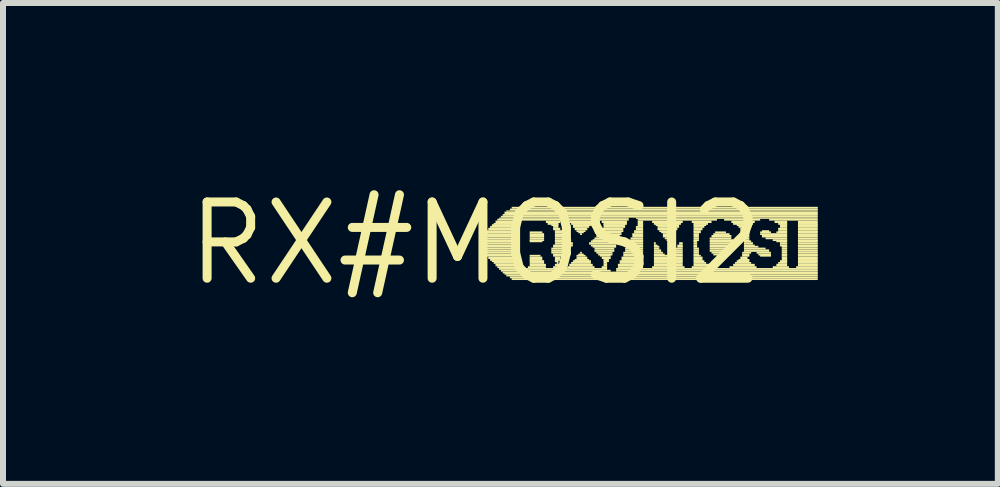
<source format=kicad_pcb>
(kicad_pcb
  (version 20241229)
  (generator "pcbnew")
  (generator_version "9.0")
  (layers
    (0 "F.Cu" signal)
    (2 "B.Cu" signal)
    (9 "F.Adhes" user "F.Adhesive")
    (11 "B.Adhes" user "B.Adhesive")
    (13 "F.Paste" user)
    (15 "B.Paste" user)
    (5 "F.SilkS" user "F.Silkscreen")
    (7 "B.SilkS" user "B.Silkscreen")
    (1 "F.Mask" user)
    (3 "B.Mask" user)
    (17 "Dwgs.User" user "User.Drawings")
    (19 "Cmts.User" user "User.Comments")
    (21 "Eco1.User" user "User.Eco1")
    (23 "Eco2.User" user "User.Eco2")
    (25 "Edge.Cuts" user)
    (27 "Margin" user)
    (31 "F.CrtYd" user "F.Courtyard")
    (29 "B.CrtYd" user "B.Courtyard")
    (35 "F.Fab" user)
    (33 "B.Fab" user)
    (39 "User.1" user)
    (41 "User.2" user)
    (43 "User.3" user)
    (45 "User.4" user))
  (footprint "RX#MOSI2"
    (layer "F.Cu")
    (at 4.876 1.006)
    (property "Reference" "RX#MOSI2" (at 0 0 0) (layer "F.SilkS") (effects (font (size 1.27 1.27) (thickness 0.15))))
    (fp_poly (pts (xy 0.09 -0.07) (xy 0.72 -0.07) (xy 0.72 -0.1) (xy 0.09 -0.1)) (stroke (width 0) (type solid)) (fill yes) (layer "F.SilkS"))
    (fp_poly (pts (xy 0.09 -0.04) (xy 0.72 -0.04) (xy 0.72 -0.07) (xy 0.09 -0.07)) (stroke (width 0) (type solid)) (fill yes) (layer "F.SilkS"))
    (fp_poly (pts (xy 0.09 -0.02) (xy 0.72 -0.02) (xy 0.72 -0.05) (xy 0.09 -0.05)) (stroke (width 0) (type solid)) (fill yes) (layer "F.SilkS"))
    (fp_poly (pts (xy 0.09 0.02) (xy 0.72 0.02) (xy 0.72 -0.02) (xy 0.09 -0.02)) (stroke (width 0) (type solid)) (fill yes) (layer "F.SilkS"))
    (fp_poly (pts (xy 0.09 0.05) (xy 0.72 0.05) (xy 0.72 0.02) (xy 0.09 0.02)) (stroke (width 0) (type solid)) (fill yes) (layer "F.SilkS"))
    (fp_poly (pts (xy 0.09 0.07) (xy 0.72 0.07) (xy 0.72 0.04) (xy 0.09 0.04)) (stroke (width 0) (type solid)) (fill yes) (layer "F.SilkS"))
    (fp_poly (pts (xy 0.09 0.1) (xy 0.72 0.1) (xy 0.72 0.07) (xy 0.09 0.07)) (stroke (width 0) (type solid)) (fill yes) (layer "F.SilkS"))
    (fp_poly (pts (xy 0.12 -0.1) (xy 0.72 -0.1) (xy 0.72 -0.14) (xy 0.12 -0.14)) (stroke (width 0) (type solid)) (fill yes) (layer "F.SilkS"))
    (fp_poly (pts (xy 0.12 0.14) (xy 0.72 0.14) (xy 0.72 0.1) (xy 0.12 0.1)) (stroke (width 0) (type solid)) (fill yes) (layer "F.SilkS"))
    (fp_poly (pts (xy 0.15 -0.17) (xy 0.72 -0.17) (xy 0.72 -0.2) (xy 0.15 -0.2)) (stroke (width 0) (type solid)) (fill yes) (layer "F.SilkS"))
    (fp_poly (pts (xy 0.15 -0.14) (xy 0.72 -0.14) (xy 0.72 -0.17) (xy 0.15 -0.17)) (stroke (width 0) (type solid)) (fill yes) (layer "F.SilkS"))
    (fp_poly (pts (xy 0.15 0.17) (xy 0.72 0.17) (xy 0.72 0.14) (xy 0.15 0.14)) (stroke (width 0) (type solid)) (fill yes) (layer "F.SilkS"))
    (fp_poly (pts (xy 0.15 0.2) (xy 0.72 0.2) (xy 0.72 0.17) (xy 0.15 0.17)) (stroke (width 0) (type solid)) (fill yes) (layer "F.SilkS"))
    (fp_poly (pts (xy 0.18 -0.19) (xy 0.72 -0.19) (xy 0.72 -0.22) (xy 0.18 -0.22)) (stroke (width 0) (type solid)) (fill yes) (layer "F.SilkS"))
    (fp_poly (pts (xy 0.18 0.22) (xy 0.72 0.22) (xy 0.72 0.19) (xy 0.18 0.19)) (stroke (width 0) (type solid)) (fill yes) (layer "F.SilkS"))
    (fp_poly (pts (xy 0.21 -0.22) (xy 0.72 -0.22) (xy 0.72 -0.26) (xy 0.21 -0.26)) (stroke (width 0) (type solid)) (fill yes) (layer "F.SilkS"))
    (fp_poly (pts (xy 0.21 0.26) (xy 0.72 0.26) (xy 0.72 0.22) (xy 0.21 0.22)) (stroke (width 0) (type solid)) (fill yes) (layer "F.SilkS"))
    (fp_poly (pts (xy 0.24 -0.26) (xy 0.72 -0.26) (xy 0.72 -0.29) (xy 0.24 -0.29)) (stroke (width 0) (type solid)) (fill yes) (layer "F.SilkS"))
    (fp_poly (pts (xy 0.24 0.29) (xy 0.72 0.29) (xy 0.72 0.26) (xy 0.24 0.26)) (stroke (width 0) (type solid)) (fill yes) (layer "F.SilkS"))
    (fp_poly (pts (xy 0.27 -0.29) (xy 0.72 -0.29) (xy 0.72 -0.32) (xy 0.27 -0.32)) (stroke (width 0) (type solid)) (fill yes) (layer "F.SilkS"))
    (fp_poly (pts (xy 0.27 0.31) (xy 0.72 0.31) (xy 0.72 0.28) (xy 0.27 0.28)) (stroke (width 0) (type solid)) (fill yes) (layer "F.SilkS"))
    (fp_poly (pts (xy 0.3 -0.31) (xy 0.72 -0.31) (xy 0.72 -0.34) (xy 0.3 -0.34)) (stroke (width 0) (type solid)) (fill yes) (layer "F.SilkS"))
    (fp_poly (pts (xy 0.3 0.34) (xy 0.72 0.34) (xy 0.72 0.31) (xy 0.3 0.31)) (stroke (width 0) (type solid)) (fill yes) (layer "F.SilkS"))
    (fp_poly (pts (xy 0.33 -0.34) (xy 0.72 -0.34) (xy 0.72 -0.38) (xy 0.33 -0.38)) (stroke (width 0) (type solid)) (fill yes) (layer "F.SilkS"))
    (fp_poly (pts (xy 0.33 0.38) (xy 0.72 0.38) (xy 0.72 0.34) (xy 0.33 0.34)) (stroke (width 0) (type solid)) (fill yes) (layer "F.SilkS"))
    (fp_poly (pts (xy 0.36 -0.38) (xy 1.44 -0.38) (xy 1.44 -0.41) (xy 0.36 -0.41)) (stroke (width 0) (type solid)) (fill yes) (layer "F.SilkS"))
    (fp_poly (pts (xy 0.36 0.41) (xy 0.75 0.41) (xy 0.75 0.38) (xy 0.36 0.38)) (stroke (width 0) (type solid)) (fill yes) (layer "F.SilkS"))
    (fp_poly (pts (xy 0.39 -0.41) (xy 2.55 -0.41) (xy 2.55 -0.43) (xy 0.39 -0.43)) (stroke (width 0) (type solid)) (fill yes) (layer "F.SilkS"))
    (fp_poly (pts (xy 0.39 0.44) (xy 2.19 0.44) (xy 2.19 0.41) (xy 0.39 0.41)) (stroke (width 0) (type solid)) (fill yes) (layer "F.SilkS"))
    (fp_poly (pts (xy 0.42 -0.43) (xy 5.7 -0.43) (xy 5.7 -0.46) (xy 0.42 -0.46)) (stroke (width 0) (type solid)) (fill yes) (layer "F.SilkS"))
    (fp_poly (pts (xy 0.42 0.47) (xy 2.25 0.47) (xy 2.25 0.44) (xy 0.42 0.44)) (stroke (width 0) (type solid)) (fill yes) (layer "F.SilkS"))
    (fp_poly (pts (xy 0.45 -0.46) (xy 5.7 -0.46) (xy 5.7 -0.49) (xy 0.45 -0.49)) (stroke (width 0) (type solid)) (fill yes) (layer "F.SilkS"))
    (fp_poly (pts (xy 0.45 0.5) (xy 5.7 0.5) (xy 5.7 0.47) (xy 0.45 0.47)) (stroke (width 0) (type solid)) (fill yes) (layer "F.SilkS"))
    (fp_poly (pts (xy 0.48 -0.49) (xy 5.7 -0.49) (xy 5.7 -0.53) (xy 0.48 -0.53)) (stroke (width 0) (type solid)) (fill yes) (layer "F.SilkS"))
    (fp_poly (pts (xy 0.48 0.52) (xy 5.7 0.52) (xy 5.7 0.49) (xy 0.48 0.49)) (stroke (width 0) (type solid)) (fill yes) (layer "F.SilkS"))
    (fp_poly (pts (xy 0.51 -0.53) (xy 5.7 -0.53) (xy 5.7 -0.55) (xy 0.51 -0.55)) (stroke (width 0) (type solid)) (fill yes) (layer "F.SilkS"))
    (fp_poly (pts (xy 0.51 0.55) (xy 5.7 0.55) (xy 5.7 0.52) (xy 0.51 0.52)) (stroke (width 0) (type solid)) (fill yes) (layer "F.SilkS"))
    (fp_poly (pts (xy 0.57 -0.55) (xy 5.7 -0.55) (xy 5.7 -0.58) (xy 0.57 -0.58)) (stroke (width 0) (type solid)) (fill yes) (layer "F.SilkS"))
    (fp_poly (pts (xy 0.57 0.58) (xy 5.7 0.58) (xy 5.7 0.55) (xy 0.57 0.55)) (stroke (width 0) (type solid)) (fill yes) (layer "F.SilkS"))
    (fp_poly (pts (xy 0.6 -0.58) (xy 5.7 -0.58) (xy 5.7 -0.61) (xy 0.6 -0.61)) (stroke (width 0) (type solid)) (fill yes) (layer "F.SilkS"))
    (fp_poly (pts (xy 0.6 0.61) (xy 5.7 0.61) (xy 5.7 0.58) (xy 0.6 0.58)) (stroke (width 0) (type solid)) (fill yes) (layer "F.SilkS"))
    (fp_poly (pts (xy 0.87 0.41) (xy 1.17 0.41) (xy 1.17 0.38) (xy 0.87 0.38)) (stroke (width 0) (type solid)) (fill yes) (layer "F.SilkS"))
    (fp_poly (pts (xy 0.9 -0.17) (xy 1.11 -0.17) (xy 1.11 -0.2) (xy 0.9 -0.2)) (stroke (width 0) (type solid)) (fill yes) (layer "F.SilkS"))
    (fp_poly (pts (xy 0.9 -0.14) (xy 1.14 -0.14) (xy 1.14 -0.17) (xy 0.9 -0.17)) (stroke (width 0) (type solid)) (fill yes) (layer "F.SilkS"))
    (fp_poly (pts (xy 0.9 -0.1) (xy 1.14 -0.1) (xy 1.14 -0.14) (xy 0.9 -0.14)) (stroke (width 0) (type solid)) (fill yes) (layer "F.SilkS"))
    (fp_poly (pts (xy 0.9 -0.07) (xy 1.14 -0.07) (xy 1.14 -0.1) (xy 0.9 -0.1)) (stroke (width 0) (type solid)) (fill yes) (layer "F.SilkS"))
    (fp_poly (pts (xy 0.9 -0.04) (xy 1.14 -0.04) (xy 1.14 -0.07) (xy 0.9 -0.07)) (stroke (width 0) (type solid)) (fill yes) (layer "F.SilkS"))
    (fp_poly (pts (xy 0.9 -0.02) (xy 1.11 -0.02) (xy 1.11 -0.05) (xy 0.9 -0.05)) (stroke (width 0) (type solid)) (fill yes) (layer "F.SilkS"))
    (fp_poly (pts (xy 0.9 0.22) (xy 1.08 0.22) (xy 1.08 0.19) (xy 0.9 0.19)) (stroke (width 0) (type solid)) (fill yes) (layer "F.SilkS"))
    (fp_poly (pts (xy 0.9 0.26) (xy 1.11 0.26) (xy 1.11 0.22) (xy 0.9 0.22)) (stroke (width 0) (type solid)) (fill yes) (layer "F.SilkS"))
    (fp_poly (pts (xy 0.9 0.29) (xy 1.11 0.29) (xy 1.11 0.26) (xy 0.9 0.26)) (stroke (width 0) (type solid)) (fill yes) (layer "F.SilkS"))
    (fp_poly (pts (xy 0.9 0.31) (xy 1.14 0.31) (xy 1.14 0.28) (xy 0.9 0.28)) (stroke (width 0) (type solid)) (fill yes) (layer "F.SilkS"))
    (fp_poly (pts (xy 0.9 0.34) (xy 1.14 0.34) (xy 1.14 0.31) (xy 0.9 0.31)) (stroke (width 0) (type solid)) (fill yes) (layer "F.SilkS"))
    (fp_poly (pts (xy 0.9 0.38) (xy 1.17 0.38) (xy 1.17 0.34) (xy 0.9 0.34)) (stroke (width 0) (type solid)) (fill yes) (layer "F.SilkS"))
    (fp_poly (pts (xy 1.17 -0.34) (xy 1.41 -0.34) (xy 1.41 -0.38) (xy 1.17 -0.38)) (stroke (width 0) (type solid)) (fill yes) (layer "F.SilkS"))
    (fp_poly (pts (xy 1.2 -0.31) (xy 1.38 -0.31) (xy 1.38 -0.34) (xy 1.2 -0.34)) (stroke (width 0) (type solid)) (fill yes) (layer "F.SilkS"))
    (fp_poly (pts (xy 1.26 -0.29) (xy 1.38 -0.29) (xy 1.38 -0.32) (xy 1.26 -0.32)) (stroke (width 0) (type solid)) (fill yes) (layer "F.SilkS"))
    (fp_poly (pts (xy 1.26 0.1) (xy 1.56 0.1) (xy 1.56 0.07) (xy 1.26 0.07)) (stroke (width 0) (type solid)) (fill yes) (layer "F.SilkS"))
    (fp_poly (pts (xy 1.26 0.14) (xy 1.53 0.14) (xy 1.53 0.1) (xy 1.26 0.1)) (stroke (width 0) (type solid)) (fill yes) (layer "F.SilkS"))
    (fp_poly (pts (xy 1.26 0.17) (xy 1.5 0.17) (xy 1.5 0.14) (xy 1.26 0.14)) (stroke (width 0) (type solid)) (fill yes) (layer "F.SilkS"))
    (fp_poly (pts (xy 1.29 -0.26) (xy 1.38 -0.26) (xy 1.38 -0.29) (xy 1.29 -0.29)) (stroke (width 0) (type solid)) (fill yes) (layer "F.SilkS"))
    (fp_poly (pts (xy 1.29 -0.22) (xy 1.41 -0.22) (xy 1.41 -0.26) (xy 1.29 -0.26)) (stroke (width 0) (type solid)) (fill yes) (layer "F.SilkS"))
    (fp_poly (pts (xy 1.29 0.05) (xy 1.62 0.05) (xy 1.62 0.02) (xy 1.29 0.02)) (stroke (width 0) (type solid)) (fill yes) (layer "F.SilkS"))
    (fp_poly (pts (xy 1.29 0.07) (xy 1.59 0.07) (xy 1.59 0.04) (xy 1.29 0.04)) (stroke (width 0) (type solid)) (fill yes) (layer "F.SilkS"))
    (fp_poly (pts (xy 1.29 0.2) (xy 1.47 0.2) (xy 1.47 0.17) (xy 1.29 0.17)) (stroke (width 0) (type solid)) (fill yes) (layer "F.SilkS"))
    (fp_poly (pts (xy 1.29 0.22) (xy 1.44 0.22) (xy 1.44 0.19) (xy 1.29 0.19)) (stroke (width 0) (type solid)) (fill yes) (layer "F.SilkS"))
    (fp_poly (pts (xy 1.29 0.41) (xy 1.44 0.41) (xy 1.44 0.38) (xy 1.29 0.38)) (stroke (width 0) (type solid)) (fill yes) (layer "F.SilkS"))
    (fp_poly (pts (xy 1.32 -0.19) (xy 1.44 -0.19) (xy 1.44 -0.22) (xy 1.32 -0.22)) (stroke (width 0) (type solid)) (fill yes) (layer "F.SilkS"))
    (fp_poly (pts (xy 1.32 -0.17) (xy 1.47 -0.17) (xy 1.47 -0.2) (xy 1.32 -0.2)) (stroke (width 0) (type solid)) (fill yes) (layer "F.SilkS"))
    (fp_poly (pts (xy 1.32 -0.14) (xy 1.5 -0.14) (xy 1.5 -0.17) (xy 1.32 -0.17)) (stroke (width 0) (type solid)) (fill yes) (layer "F.SilkS"))
    (fp_poly (pts (xy 1.32 -0.1) (xy 1.53 -0.1) (xy 1.53 -0.14) (xy 1.32 -0.14)) (stroke (width 0) (type solid)) (fill yes) (layer "F.SilkS"))
    (fp_poly (pts (xy 1.32 -0.07) (xy 1.56 -0.07) (xy 1.56 -0.1) (xy 1.32 -0.1)) (stroke (width 0) (type solid)) (fill yes) (layer "F.SilkS"))
    (fp_poly (pts (xy 1.32 -0.04) (xy 1.59 -0.04) (xy 1.59 -0.07) (xy 1.32 -0.07)) (stroke (width 0) (type solid)) (fill yes) (layer "F.SilkS"))
    (fp_poly (pts (xy 1.32 -0.02) (xy 1.59 -0.02) (xy 1.59 -0.05) (xy 1.32 -0.05)) (stroke (width 0) (type solid)) (fill yes) (layer "F.SilkS"))
    (fp_poly (pts (xy 1.32 0.02) (xy 1.62 0.02) (xy 1.62 -0.02) (xy 1.32 -0.02)) (stroke (width 0) (type solid)) (fill yes) (layer "F.SilkS"))
    (fp_poly (pts (xy 1.32 0.26) (xy 1.41 0.26) (xy 1.41 0.22) (xy 1.32 0.22)) (stroke (width 0) (type solid)) (fill yes) (layer "F.SilkS"))
    (fp_poly (pts (xy 1.32 0.29) (xy 1.41 0.29) (xy 1.41 0.26) (xy 1.32 0.26)) (stroke (width 0) (type solid)) (fill yes) (layer "F.SilkS"))
    (fp_poly (pts (xy 1.32 0.31) (xy 1.38 0.31) (xy 1.38 0.28) (xy 1.32 0.28)) (stroke (width 0) (type solid)) (fill yes) (layer "F.SilkS"))
    (fp_poly (pts (xy 1.32 0.38) (xy 1.41 0.38) (xy 1.41 0.34) (xy 1.32 0.34)) (stroke (width 0) (type solid)) (fill yes) (layer "F.SilkS"))
    (fp_poly (pts (xy 1.35 0.34) (xy 1.38 0.34) (xy 1.38 0.31) (xy 1.35 0.31)) (stroke (width 0) (type solid)) (fill yes) (layer "F.SilkS"))
    (fp_poly (pts (xy 1.53 -0.38) (xy 2.01 -0.38) (xy 2.01 -0.41) (xy 1.53 -0.41)) (stroke (width 0) (type solid)) (fill yes) (layer "F.SilkS"))
    (fp_poly (pts (xy 1.53 0.41) (xy 1.98 0.41) (xy 1.98 0.38) (xy 1.53 0.38)) (stroke (width 0) (type solid)) (fill yes) (layer "F.SilkS"))
    (fp_poly (pts (xy 1.56 -0.34) (xy 1.98 -0.34) (xy 1.98 -0.38) (xy 1.56 -0.38)) (stroke (width 0) (type solid)) (fill yes) (layer "F.SilkS"))
    (fp_poly (pts (xy 1.56 0.38) (xy 1.95 0.38) (xy 1.95 0.34) (xy 1.56 0.34)) (stroke (width 0) (type solid)) (fill yes) (layer "F.SilkS"))
    (fp_poly (pts (xy 1.59 -0.31) (xy 1.95 -0.31) (xy 1.95 -0.34) (xy 1.59 -0.34)) (stroke (width 0) (type solid)) (fill yes) (layer "F.SilkS"))
    (fp_poly (pts (xy 1.59 0.34) (xy 1.92 0.34) (xy 1.92 0.31) (xy 1.59 0.31)) (stroke (width 0) (type solid)) (fill yes) (layer "F.SilkS"))
    (fp_poly (pts (xy 1.62 -0.29) (xy 1.92 -0.29) (xy 1.92 -0.32) (xy 1.62 -0.32)) (stroke (width 0) (type solid)) (fill yes) (layer "F.SilkS"))
    (fp_poly (pts (xy 1.62 -0.26) (xy 1.89 -0.26) (xy 1.89 -0.29) (xy 1.62 -0.29)) (stroke (width 0) (type solid)) (fill yes) (layer "F.SilkS"))
    (fp_poly (pts (xy 1.62 0.31) (xy 1.92 0.31) (xy 1.92 0.28) (xy 1.62 0.28)) (stroke (width 0) (type solid)) (fill yes) (layer "F.SilkS"))
    (fp_poly (pts (xy 1.65 -0.22) (xy 1.86 -0.22) (xy 1.86 -0.26) (xy 1.65 -0.26)) (stroke (width 0) (type solid)) (fill yes) (layer "F.SilkS"))
    (fp_poly (pts (xy 1.65 0.29) (xy 1.89 0.29) (xy 1.89 0.26) (xy 1.65 0.26)) (stroke (width 0) (type solid)) (fill yes) (layer "F.SilkS"))
    (fp_poly (pts (xy 1.68 -0.19) (xy 1.83 -0.19) (xy 1.83 -0.22) (xy 1.68 -0.22)) (stroke (width 0) (type solid)) (fill yes) (layer "F.SilkS"))
    (fp_poly (pts (xy 1.68 0.22) (xy 1.83 0.22) (xy 1.83 0.19) (xy 1.68 0.19)) (stroke (width 0) (type solid)) (fill yes) (layer "F.SilkS"))
    (fp_poly (pts (xy 1.68 0.26) (xy 1.86 0.26) (xy 1.86 0.22) (xy 1.68 0.22)) (stroke (width 0) (type solid)) (fill yes) (layer "F.SilkS"))
    (fp_poly (pts (xy 1.71 -0.17) (xy 1.8 -0.17) (xy 1.8 -0.2) (xy 1.71 -0.2)) (stroke (width 0) (type solid)) (fill yes) (layer "F.SilkS"))
    (fp_poly (pts (xy 1.71 0.2) (xy 1.8 0.2) (xy 1.8 0.17) (xy 1.71 0.17)) (stroke (width 0) (type solid)) (fill yes) (layer "F.SilkS"))
    (fp_poly (pts (xy 1.74 -0.14) (xy 1.77 -0.14) (xy 1.77 -0.17) (xy 1.74 -0.17)) (stroke (width 0) (type solid)) (fill yes) (layer "F.SilkS"))
    (fp_poly (pts (xy 1.74 0.17) (xy 1.77 0.17) (xy 1.77 0.14) (xy 1.74 0.14)) (stroke (width 0) (type solid)) (fill yes) (layer "F.SilkS"))
    (fp_poly (pts (xy 1.89 0.02) (xy 2.34 0.02) (xy 2.34 -0.02) (xy 1.89 -0.02)) (stroke (width 0) (type solid)) (fill yes) (layer "F.SilkS"))
    (fp_poly (pts (xy 1.92 -0.02) (xy 2.37 -0.02) (xy 2.37 -0.05) (xy 1.92 -0.05)) (stroke (width 0) (type solid)) (fill yes) (layer "F.SilkS"))
    (fp_poly (pts (xy 1.92 0.05) (xy 2.34 0.05) (xy 2.34 0.02) (xy 1.92 0.02)) (stroke (width 0) (type solid)) (fill yes) (layer "F.SilkS"))
    (fp_poly (pts (xy 1.95 -0.04) (xy 2.37 -0.04) (xy 2.37 -0.07) (xy 1.95 -0.07)) (stroke (width 0) (type solid)) (fill yes) (layer "F.SilkS"))
    (fp_poly (pts (xy 1.95 0.07) (xy 2.34 0.07) (xy 2.34 0.04) (xy 1.95 0.04)) (stroke (width 0) (type solid)) (fill yes) (layer "F.SilkS"))
    (fp_poly (pts (xy 1.98 -0.07) (xy 2.4 -0.07) (xy 2.4 -0.1) (xy 1.98 -0.1)) (stroke (width 0) (type solid)) (fill yes) (layer "F.SilkS"))
    (fp_poly (pts (xy 1.98 0.1) (xy 2.31 0.1) (xy 2.31 0.07) (xy 1.98 0.07)) (stroke (width 0) (type solid)) (fill yes) (layer "F.SilkS"))
    (fp_poly (pts (xy 1.98 0.14) (xy 2.31 0.14) (xy 2.31 0.1) (xy 1.98 0.1)) (stroke (width 0) (type solid)) (fill yes) (layer "F.SilkS"))
    (fp_poly (pts (xy 2.01 -0.1) (xy 2.4 -0.1) (xy 2.4 -0.14) (xy 2.01 -0.14)) (stroke (width 0) (type solid)) (fill yes) (layer "F.SilkS"))
    (fp_poly (pts (xy 2.01 0.17) (xy 2.28 0.17) (xy 2.28 0.14) (xy 2.01 0.14)) (stroke (width 0) (type solid)) (fill yes) (layer "F.SilkS"))
    (fp_poly (pts (xy 2.04 -0.14) (xy 2.43 -0.14) (xy 2.43 -0.17) (xy 2.04 -0.17)) (stroke (width 0) (type solid)) (fill yes) (layer "F.SilkS"))
    (fp_poly (pts (xy 2.04 0.2) (xy 2.28 0.2) (xy 2.28 0.17) (xy 2.04 0.17)) (stroke (width 0) (type solid)) (fill yes) (layer "F.SilkS"))
    (fp_poly (pts (xy 2.07 -0.38) (xy 2.55 -0.38) (xy 2.55 -0.41) (xy 2.07 -0.41)) (stroke (width 0) (type solid)) (fill yes) (layer "F.SilkS"))
    (fp_poly (pts (xy 2.07 -0.19) (xy 2.46 -0.19) (xy 2.46 -0.22) (xy 2.07 -0.22)) (stroke (width 0) (type solid)) (fill yes) (layer "F.SilkS"))
    (fp_poly (pts (xy 2.07 -0.17) (xy 2.43 -0.17) (xy 2.43 -0.2) (xy 2.07 -0.2)) (stroke (width 0) (type solid)) (fill yes) (layer "F.SilkS"))
    (fp_poly (pts (xy 2.07 0.22) (xy 2.25 0.22) (xy 2.25 0.19) (xy 2.07 0.19)) (stroke (width 0) (type solid)) (fill yes) (layer "F.SilkS"))
    (fp_poly (pts (xy 2.1 -0.34) (xy 2.52 -0.34) (xy 2.52 -0.38) (xy 2.1 -0.38)) (stroke (width 0) (type solid)) (fill yes) (layer "F.SilkS"))
    (fp_poly (pts (xy 2.1 -0.22) (xy 2.46 -0.22) (xy 2.46 -0.26) (xy 2.1 -0.26)) (stroke (width 0) (type solid)) (fill yes) (layer "F.SilkS"))
    (fp_poly (pts (xy 2.1 0.26) (xy 2.25 0.26) (xy 2.25 0.22) (xy 2.1 0.22)) (stroke (width 0) (type solid)) (fill yes) (layer "F.SilkS"))
    (fp_poly (pts (xy 2.1 0.41) (xy 2.19 0.41) (xy 2.19 0.38) (xy 2.1 0.38)) (stroke (width 0) (type solid)) (fill yes) (layer "F.SilkS"))
    (fp_poly (pts (xy 2.13 -0.31) (xy 2.52 -0.31) (xy 2.52 -0.34) (xy 2.13 -0.34)) (stroke (width 0) (type solid)) (fill yes) (layer "F.SilkS"))
    (fp_poly (pts (xy 2.13 -0.29) (xy 2.49 -0.29) (xy 2.49 -0.32) (xy 2.13 -0.32)) (stroke (width 0) (type solid)) (fill yes) (layer "F.SilkS"))
    (fp_poly (pts (xy 2.13 -0.26) (xy 2.49 -0.26) (xy 2.49 -0.29) (xy 2.13 -0.29)) (stroke (width 0) (type solid)) (fill yes) (layer "F.SilkS"))
    (fp_poly (pts (xy 2.13 0.29) (xy 2.22 0.29) (xy 2.22 0.26) (xy 2.13 0.26)) (stroke (width 0) (type solid)) (fill yes) (layer "F.SilkS"))
    (fp_poly (pts (xy 2.13 0.31) (xy 2.22 0.31) (xy 2.22 0.28) (xy 2.13 0.28)) (stroke (width 0) (type solid)) (fill yes) (layer "F.SilkS"))
    (fp_poly (pts (xy 2.13 0.34) (xy 2.19 0.34) (xy 2.19 0.31) (xy 2.13 0.31)) (stroke (width 0) (type solid)) (fill yes) (layer "F.SilkS"))
    (fp_poly (pts (xy 2.13 0.38) (xy 2.19 0.38) (xy 2.19 0.34) (xy 2.13 0.34)) (stroke (width 0) (type solid)) (fill yes) (layer "F.SilkS"))
    (fp_poly (pts (xy 2.34 0.44) (xy 5.7 0.44) (xy 5.7 0.41) (xy 2.34 0.41)) (stroke (width 0) (type solid)) (fill yes) (layer "F.SilkS"))
    (fp_poly (pts (xy 2.34 0.47) (xy 5.7 0.47) (xy 5.7 0.44) (xy 2.34 0.44)) (stroke (width 0) (type solid)) (fill yes) (layer "F.SilkS"))
    (fp_poly (pts (xy 2.37 0.38) (xy 2.79 0.38) (xy 2.79 0.34) (xy 2.37 0.34)) (stroke (width 0) (type solid)) (fill yes) (layer "F.SilkS"))
    (fp_poly (pts (xy 2.37 0.41) (xy 2.79 0.41) (xy 2.79 0.38) (xy 2.37 0.38)) (stroke (width 0) (type solid)) (fill yes) (layer "F.SilkS"))
    (fp_poly (pts (xy 2.4 0.31) (xy 2.79 0.31) (xy 2.79 0.28) (xy 2.4 0.28)) (stroke (width 0) (type solid)) (fill yes) (layer "F.SilkS"))
    (fp_poly (pts (xy 2.4 0.34) (xy 2.79 0.34) (xy 2.79 0.31) (xy 2.4 0.31)) (stroke (width 0) (type solid)) (fill yes) (layer "F.SilkS"))
    (fp_poly (pts (xy 2.43 0.26) (xy 2.79 0.26) (xy 2.79 0.22) (xy 2.43 0.22)) (stroke (width 0) (type solid)) (fill yes) (layer "F.SilkS"))
    (fp_poly (pts (xy 2.43 0.29) (xy 2.79 0.29) (xy 2.79 0.26) (xy 2.43 0.26)) (stroke (width 0) (type solid)) (fill yes) (layer "F.SilkS"))
    (fp_poly (pts (xy 2.46 0.17) (xy 2.79 0.17) (xy 2.79 0.14) (xy 2.46 0.14)) (stroke (width 0) (type solid)) (fill yes) (layer "F.SilkS"))
    (fp_poly (pts (xy 2.46 0.2) (xy 2.79 0.2) (xy 2.79 0.17) (xy 2.46 0.17)) (stroke (width 0) (type solid)) (fill yes) (layer "F.SilkS"))
    (fp_poly (pts (xy 2.46 0.22) (xy 2.79 0.22) (xy 2.79 0.19) (xy 2.46 0.19)) (stroke (width 0) (type solid)) (fill yes) (layer "F.SilkS"))
    (fp_poly (pts (xy 2.49 0.1) (xy 2.79 0.1) (xy 2.79 0.07) (xy 2.49 0.07)) (stroke (width 0) (type solid)) (fill yes) (layer "F.SilkS"))
    (fp_poly (pts (xy 2.49 0.14) (xy 2.79 0.14) (xy 2.79 0.1) (xy 2.49 0.1)) (stroke (width 0) (type solid)) (fill yes) (layer "F.SilkS"))
    (fp_poly (pts (xy 2.52 0.05) (xy 2.79 0.05) (xy 2.79 0.02) (xy 2.52 0.02)) (stroke (width 0) (type solid)) (fill yes) (layer "F.SilkS"))
    (fp_poly (pts (xy 2.52 0.07) (xy 2.79 0.07) (xy 2.79 0.04) (xy 2.52 0.04)) (stroke (width 0) (type solid)) (fill yes) (layer "F.SilkS"))
    (fp_poly (pts (xy 2.55 -0.02) (xy 2.79 -0.02) (xy 2.79 -0.05) (xy 2.55 -0.05)) (stroke (width 0) (type solid)) (fill yes) (layer "F.SilkS"))
    (fp_poly (pts (xy 2.55 0.02) (xy 2.79 0.02) (xy 2.79 -0.02) (xy 2.55 -0.02)) (stroke (width 0) (type solid)) (fill yes) (layer "F.SilkS"))
    (fp_poly (pts (xy 2.58 -0.07) (xy 2.79 -0.07) (xy 2.79 -0.1) (xy 2.58 -0.1)) (stroke (width 0) (type solid)) (fill yes) (layer "F.SilkS"))
    (fp_poly (pts (xy 2.58 -0.04) (xy 2.79 -0.04) (xy 2.79 -0.07) (xy 2.58 -0.07)) (stroke (width 0) (type solid)) (fill yes) (layer "F.SilkS"))
    (fp_poly (pts (xy 2.61 -0.14) (xy 2.79 -0.14) (xy 2.79 -0.17) (xy 2.61 -0.17)) (stroke (width 0) (type solid)) (fill yes) (layer "F.SilkS"))
    (fp_poly (pts (xy 2.61 -0.1) (xy 2.79 -0.1) (xy 2.79 -0.14) (xy 2.61 -0.14)) (stroke (width 0) (type solid)) (fill yes) (layer "F.SilkS"))
    (fp_poly (pts (xy 2.64 -0.19) (xy 2.79 -0.19) (xy 2.79 -0.22) (xy 2.64 -0.22)) (stroke (width 0) (type solid)) (fill yes) (layer "F.SilkS"))
    (fp_poly (pts (xy 2.64 -0.17) (xy 2.79 -0.17) (xy 2.79 -0.2) (xy 2.64 -0.2)) (stroke (width 0) (type solid)) (fill yes) (layer "F.SilkS"))
    (fp_poly (pts (xy 2.67 -0.41) (xy 5.7 -0.41) (xy 5.7 -0.43) (xy 2.67 -0.43)) (stroke (width 0) (type solid)) (fill yes) (layer "F.SilkS"))
    (fp_poly (pts (xy 2.67 -0.26) (xy 2.79 -0.26) (xy 2.79 -0.29) (xy 2.67 -0.29)) (stroke (width 0) (type solid)) (fill yes) (layer "F.SilkS"))
    (fp_poly (pts (xy 2.67 -0.22) (xy 2.79 -0.22) (xy 2.79 -0.26) (xy 2.67 -0.26)) (stroke (width 0) (type solid)) (fill yes) (layer "F.SilkS"))
    (fp_poly (pts (xy 2.7 -0.38) (xy 4.02 -0.38) (xy 4.02 -0.41) (xy 2.7 -0.41)) (stroke (width 0) (type solid)) (fill yes) (layer "F.SilkS"))
    (fp_poly (pts (xy 2.7 -0.34) (xy 2.79 -0.34) (xy 2.79 -0.38) (xy 2.7 -0.38)) (stroke (width 0) (type solid)) (fill yes) (layer "F.SilkS"))
    (fp_poly (pts (xy 2.7 -0.31) (xy 2.79 -0.31) (xy 2.79 -0.34) (xy 2.7 -0.34)) (stroke (width 0) (type solid)) (fill yes) (layer "F.SilkS"))
    (fp_poly (pts (xy 2.7 -0.29) (xy 2.79 -0.29) (xy 2.79 -0.32) (xy 2.7 -0.32)) (stroke (width 0) (type solid)) (fill yes) (layer "F.SilkS"))
    (fp_poly (pts (xy 2.94 -0.34) (xy 3.45 -0.34) (xy 3.45 -0.38) (xy 2.94 -0.38)) (stroke (width 0) (type solid)) (fill yes) (layer "F.SilkS"))
    (fp_poly (pts (xy 2.94 0.41) (xy 3.48 0.41) (xy 3.48 0.38) (xy 2.94 0.38)) (stroke (width 0) (type solid)) (fill yes) (layer "F.SilkS"))
    (fp_poly (pts (xy 2.97 -0.31) (xy 3.42 -0.31) (xy 3.42 -0.34) (xy 2.97 -0.34)) (stroke (width 0) (type solid)) (fill yes) (layer "F.SilkS"))
    (fp_poly (pts (xy 2.97 0.02) (xy 3 0.02) (xy 3 -0.02) (xy 2.97 -0.02)) (stroke (width 0) (type solid)) (fill yes) (layer "F.SilkS"))
    (fp_poly (pts (xy 2.97 0.05) (xy 3.03 0.05) (xy 3.03 0.02) (xy 2.97 0.02)) (stroke (width 0) (type solid)) (fill yes) (layer "F.SilkS"))
    (fp_poly (pts (xy 2.97 0.07) (xy 3.06 0.07) (xy 3.06 0.04) (xy 2.97 0.04)) (stroke (width 0) (type solid)) (fill yes) (layer "F.SilkS"))
    (fp_poly (pts (xy 2.97 0.1) (xy 3.06 0.1) (xy 3.06 0.07) (xy 2.97 0.07)) (stroke (width 0) (type solid)) (fill yes) (layer "F.SilkS"))
    (fp_poly (pts (xy 2.97 0.14) (xy 3.09 0.14) (xy 3.09 0.1) (xy 2.97 0.1)) (stroke (width 0) (type solid)) (fill yes) (layer "F.SilkS"))
    (fp_poly (pts (xy 2.97 0.17) (xy 3.12 0.17) (xy 3.12 0.14) (xy 2.97 0.14)) (stroke (width 0) (type solid)) (fill yes) (layer "F.SilkS"))
    (fp_poly (pts (xy 2.97 0.2) (xy 3.15 0.2) (xy 3.15 0.17) (xy 2.97 0.17)) (stroke (width 0) (type solid)) (fill yes) (layer "F.SilkS"))
    (fp_poly (pts (xy 2.97 0.22) (xy 3.45 0.22) (xy 3.45 0.19) (xy 2.97 0.19)) (stroke (width 0) (type solid)) (fill yes) (layer "F.SilkS"))
    (fp_poly (pts (xy 2.97 0.26) (xy 3.45 0.26) (xy 3.45 0.22) (xy 2.97 0.22)) (stroke (width 0) (type solid)) (fill yes) (layer "F.SilkS"))
    (fp_poly (pts (xy 2.97 0.29) (xy 3.45 0.29) (xy 3.45 0.26) (xy 2.97 0.26)) (stroke (width 0) (type solid)) (fill yes) (layer "F.SilkS"))
    (fp_poly (pts (xy 2.97 0.31) (xy 3.45 0.31) (xy 3.45 0.28) (xy 2.97 0.28)) (stroke (width 0) (type solid)) (fill yes) (layer "F.SilkS"))
    (fp_poly (pts (xy 2.97 0.34) (xy 3.45 0.34) (xy 3.45 0.31) (xy 2.97 0.31)) (stroke (width 0) (type solid)) (fill yes) (layer "F.SilkS"))
    (fp_poly (pts (xy 2.97 0.38) (xy 3.45 0.38) (xy 3.45 0.34) (xy 2.97 0.34)) (stroke (width 0) (type solid)) (fill yes) (layer "F.SilkS"))
    (fp_poly (pts (xy 3 -0.29) (xy 3.39 -0.29) (xy 3.39 -0.32) (xy 3 -0.32)) (stroke (width 0) (type solid)) (fill yes) (layer "F.SilkS"))
    (fp_poly (pts (xy 3.03 -0.26) (xy 3.39 -0.26) (xy 3.39 -0.29) (xy 3.03 -0.29)) (stroke (width 0) (type solid)) (fill yes) (layer "F.SilkS"))
    (fp_poly (pts (xy 3.03 -0.22) (xy 3.36 -0.22) (xy 3.36 -0.26) (xy 3.03 -0.26)) (stroke (width 0) (type solid)) (fill yes) (layer "F.SilkS"))
    (fp_poly (pts (xy 3.06 -0.19) (xy 3.33 -0.19) (xy 3.33 -0.22) (xy 3.06 -0.22)) (stroke (width 0) (type solid)) (fill yes) (layer "F.SilkS"))
    (fp_poly (pts (xy 3.09 -0.17) (xy 3.3 -0.17) (xy 3.3 -0.2) (xy 3.09 -0.2)) (stroke (width 0) (type solid)) (fill yes) (layer "F.SilkS"))
    (fp_poly (pts (xy 3.12 -0.14) (xy 3.3 -0.14) (xy 3.3 -0.17) (xy 3.12 -0.17)) (stroke (width 0) (type solid)) (fill yes) (layer "F.SilkS"))
    (fp_poly (pts (xy 3.12 -0.1) (xy 3.27 -0.1) (xy 3.27 -0.14) (xy 3.12 -0.14)) (stroke (width 0) (type solid)) (fill yes) (layer "F.SilkS"))
    (fp_poly (pts (xy 3.15 -0.07) (xy 3.24 -0.07) (xy 3.24 -0.1) (xy 3.15 -0.1)) (stroke (width 0) (type solid)) (fill yes) (layer "F.SilkS"))
    (fp_poly (pts (xy 3.18 -0.04) (xy 3.21 -0.04) (xy 3.21 -0.07) (xy 3.18 -0.07)) (stroke (width 0) (type solid)) (fill yes) (layer "F.SilkS"))
    (fp_poly (pts (xy 3.27 0.17) (xy 3.45 0.17) (xy 3.45 0.14) (xy 3.27 0.14)) (stroke (width 0) (type solid)) (fill yes) (layer "F.SilkS"))
    (fp_poly (pts (xy 3.27 0.2) (xy 3.45 0.2) (xy 3.45 0.17) (xy 3.27 0.17)) (stroke (width 0) (type solid)) (fill yes) (layer "F.SilkS"))
    (fp_poly (pts (xy 3.3 0.14) (xy 3.45 0.14) (xy 3.45 0.1) (xy 3.3 0.1)) (stroke (width 0) (type solid)) (fill yes) (layer "F.SilkS"))
    (fp_poly (pts (xy 3.33 0.1) (xy 3.45 0.1) (xy 3.45 0.07) (xy 3.33 0.07)) (stroke (width 0) (type solid)) (fill yes) (layer "F.SilkS"))
    (fp_poly (pts (xy 3.36 0.05) (xy 3.45 0.05) (xy 3.45 0.02) (xy 3.36 0.02)) (stroke (width 0) (type solid)) (fill yes) (layer "F.SilkS"))
    (fp_poly (pts (xy 3.36 0.07) (xy 3.45 0.07) (xy 3.45 0.04) (xy 3.36 0.04)) (stroke (width 0) (type solid)) (fill yes) (layer "F.SilkS"))
    (fp_poly (pts (xy 3.39 0.02) (xy 3.45 0.02) (xy 3.45 -0.02) (xy 3.39 -0.02)) (stroke (width 0) (type solid)) (fill yes) (layer "F.SilkS"))
    (fp_poly (pts (xy 3.6 -0.34) (xy 3.93 -0.34) (xy 3.93 -0.38) (xy 3.6 -0.38)) (stroke (width 0) (type solid)) (fill yes) (layer "F.SilkS"))
    (fp_poly (pts (xy 3.6 0.41) (xy 3.96 0.41) (xy 3.96 0.38) (xy 3.6 0.38)) (stroke (width 0) (type solid)) (fill yes) (layer "F.SilkS"))
    (fp_poly (pts (xy 3.63 -0.31) (xy 3.87 -0.31) (xy 3.87 -0.34) (xy 3.63 -0.34)) (stroke (width 0) (type solid)) (fill yes) (layer "F.SilkS"))
    (fp_poly (pts (xy 3.63 -0.29) (xy 3.84 -0.29) (xy 3.84 -0.32) (xy 3.63 -0.32)) (stroke (width 0) (type solid)) (fill yes) (layer "F.SilkS"))
    (fp_poly (pts (xy 3.63 -0.26) (xy 3.81 -0.26) (xy 3.81 -0.29) (xy 3.63 -0.29)) (stroke (width 0) (type solid)) (fill yes) (layer "F.SilkS"))
    (fp_poly (pts (xy 3.63 -0.22) (xy 3.78 -0.22) (xy 3.78 -0.26) (xy 3.63 -0.26)) (stroke (width 0) (type solid)) (fill yes) (layer "F.SilkS"))
    (fp_poly (pts (xy 3.63 -0.19) (xy 3.75 -0.19) (xy 3.75 -0.22) (xy 3.63 -0.22)) (stroke (width 0) (type solid)) (fill yes) (layer "F.SilkS"))
    (fp_poly (pts (xy 3.63 -0.17) (xy 3.75 -0.17) (xy 3.75 -0.2) (xy 3.63 -0.2)) (stroke (width 0) (type solid)) (fill yes) (layer "F.SilkS"))
    (fp_poly (pts (xy 3.63 -0.14) (xy 3.72 -0.14) (xy 3.72 -0.17) (xy 3.63 -0.17)) (stroke (width 0) (type solid)) (fill yes) (layer "F.SilkS"))
    (fp_poly (pts (xy 3.63 -0.1) (xy 3.72 -0.1) (xy 3.72 -0.14) (xy 3.63 -0.14)) (stroke (width 0) (type solid)) (fill yes) (layer "F.SilkS"))
    (fp_poly (pts (xy 3.63 -0.07) (xy 3.72 -0.07) (xy 3.72 -0.1) (xy 3.63 -0.1)) (stroke (width 0) (type solid)) (fill yes) (layer "F.SilkS"))
    (fp_poly (pts (xy 3.63 -0.04) (xy 3.72 -0.04) (xy 3.72 -0.07) (xy 3.63 -0.07)) (stroke (width 0) (type solid)) (fill yes) (layer "F.SilkS"))
    (fp_poly (pts (xy 3.63 -0.02) (xy 3.69 -0.02) (xy 3.69 -0.05) (xy 3.63 -0.05)) (stroke (width 0) (type solid)) (fill yes) (layer "F.SilkS"))
    (fp_poly (pts (xy 3.63 0.02) (xy 3.69 0.02) (xy 3.69 -0.02) (xy 3.63 -0.02)) (stroke (width 0) (type solid)) (fill yes) (layer "F.SilkS"))
    (fp_poly (pts (xy 3.63 0.05) (xy 3.69 0.05) (xy 3.69 0.02) (xy 3.63 0.02)) (stroke (width 0) (type solid)) (fill yes) (layer "F.SilkS"))
    (fp_poly (pts (xy 3.63 0.07) (xy 3.69 0.07) (xy 3.69 0.04) (xy 3.63 0.04)) (stroke (width 0) (type solid)) (fill yes) (layer "F.SilkS"))
    (fp_poly (pts (xy 3.63 0.1) (xy 3.72 0.1) (xy 3.72 0.07) (xy 3.63 0.07)) (stroke (width 0) (type solid)) (fill yes) (layer "F.SilkS"))
    (fp_poly (pts (xy 3.63 0.14) (xy 3.72 0.14) (xy 3.72 0.1) (xy 3.63 0.1)) (stroke (width 0) (type solid)) (fill yes) (layer "F.SilkS"))
    (fp_poly (pts (xy 3.63 0.17) (xy 3.72 0.17) (xy 3.72 0.14) (xy 3.63 0.14)) (stroke (width 0) (type solid)) (fill yes) (layer "F.SilkS"))
    (fp_poly (pts (xy 3.63 0.2) (xy 3.72 0.2) (xy 3.72 0.17) (xy 3.63 0.17)) (stroke (width 0) (type solid)) (fill yes) (layer "F.SilkS"))
    (fp_poly (pts (xy 3.63 0.22) (xy 3.75 0.22) (xy 3.75 0.19) (xy 3.63 0.19)) (stroke (width 0) (type solid)) (fill yes) (layer "F.SilkS"))
    (fp_poly (pts (xy 3.63 0.26) (xy 3.78 0.26) (xy 3.78 0.22) (xy 3.63 0.22)) (stroke (width 0) (type solid)) (fill yes) (layer "F.SilkS"))
    (fp_poly (pts (xy 3.63 0.29) (xy 3.78 0.29) (xy 3.78 0.26) (xy 3.63 0.26)) (stroke (width 0) (type solid)) (fill yes) (layer "F.SilkS"))
    (fp_poly (pts (xy 3.63 0.31) (xy 3.81 0.31) (xy 3.81 0.28) (xy 3.63 0.28)) (stroke (width 0) (type solid)) (fill yes) (layer "F.SilkS"))
    (fp_poly (pts (xy 3.63 0.34) (xy 3.84 0.34) (xy 3.84 0.31) (xy 3.63 0.31)) (stroke (width 0) (type solid)) (fill yes) (layer "F.SilkS"))
    (fp_poly (pts (xy 3.63 0.38) (xy 3.9 0.38) (xy 3.9 0.34) (xy 3.63 0.34)) (stroke (width 0) (type solid)) (fill yes) (layer "F.SilkS"))
    (fp_poly (pts (xy 3.9 -0.07) (xy 4.26 -0.07) (xy 4.26 -0.1) (xy 3.9 -0.1)) (stroke (width 0) (type solid)) (fill yes) (layer "F.SilkS"))
    (fp_poly (pts (xy 3.9 -0.04) (xy 4.29 -0.04) (xy 4.29 -0.07) (xy 3.9 -0.07)) (stroke (width 0) (type solid)) (fill yes) (layer "F.SilkS"))
    (fp_poly (pts (xy 3.9 -0.02) (xy 4.29 -0.02) (xy 4.29 -0.05) (xy 3.9 -0.05)) (stroke (width 0) (type solid)) (fill yes) (layer "F.SilkS"))
    (fp_poly (pts (xy 3.9 0.02) (xy 4.29 0.02) (xy 4.29 -0.02) (xy 3.9 -0.02)) (stroke (width 0) (type solid)) (fill yes) (layer "F.SilkS"))
    (fp_poly (pts (xy 3.9 0.05) (xy 4.29 0.05) (xy 4.29 0.02) (xy 3.9 0.02)) (stroke (width 0) (type solid)) (fill yes) (layer "F.SilkS"))
    (fp_poly (pts (xy 3.9 0.07) (xy 4.29 0.07) (xy 4.29 0.04) (xy 3.9 0.04)) (stroke (width 0) (type solid)) (fill yes) (layer "F.SilkS"))
    (fp_poly (pts (xy 3.9 0.1) (xy 4.29 0.1) (xy 4.29 0.07) (xy 3.9 0.07)) (stroke (width 0) (type solid)) (fill yes) (layer "F.SilkS"))
    (fp_poly (pts (xy 3.9 0.14) (xy 4.26 0.14) (xy 4.26 0.1) (xy 3.9 0.1)) (stroke (width 0) (type solid)) (fill yes) (layer "F.SilkS"))
    (fp_poly (pts (xy 3.93 -0.1) (xy 4.26 -0.1) (xy 4.26 -0.14) (xy 3.93 -0.14)) (stroke (width 0) (type solid)) (fill yes) (layer "F.SilkS"))
    (fp_poly (pts (xy 3.93 0.17) (xy 4.26 0.17) (xy 4.26 0.14) (xy 3.93 0.14)) (stroke (width 0) (type solid)) (fill yes) (layer "F.SilkS"))
    (fp_poly (pts (xy 3.96 -0.14) (xy 4.23 -0.14) (xy 4.23 -0.17) (xy 3.96 -0.17)) (stroke (width 0) (type solid)) (fill yes) (layer "F.SilkS"))
    (fp_poly (pts (xy 3.96 0.2) (xy 4.23 0.2) (xy 4.23 0.17) (xy 3.96 0.17)) (stroke (width 0) (type solid)) (fill yes) (layer "F.SilkS"))
    (fp_poly (pts (xy 3.99 -0.17) (xy 4.17 -0.17) (xy 4.17 -0.2) (xy 3.99 -0.2)) (stroke (width 0) (type solid)) (fill yes) (layer "F.SilkS"))
    (fp_poly (pts (xy 4.02 0.22) (xy 4.17 0.22) (xy 4.17 0.19) (xy 4.02 0.19)) (stroke (width 0) (type solid)) (fill yes) (layer "F.SilkS"))
    (fp_poly (pts (xy 4.14 -0.38) (xy 4.74 -0.38) (xy 4.74 -0.41) (xy 4.14 -0.41)) (stroke (width 0) (type solid)) (fill yes) (layer "F.SilkS"))
    (fp_poly (pts (xy 4.23 0.41) (xy 4.68 0.41) (xy 4.68 0.38) (xy 4.23 0.38)) (stroke (width 0) (type solid)) (fill yes) (layer "F.SilkS"))
    (fp_poly (pts (xy 4.26 -0.34) (xy 4.65 -0.34) (xy 4.65 -0.38) (xy 4.26 -0.38)) (stroke (width 0) (type solid)) (fill yes) (layer "F.SilkS"))
    (fp_poly (pts (xy 4.29 -0.31) (xy 4.62 -0.31) (xy 4.62 -0.34) (xy 4.29 -0.34)) (stroke (width 0) (type solid)) (fill yes) (layer "F.SilkS"))
    (fp_poly (pts (xy 4.29 0.38) (xy 4.65 0.38) (xy 4.65 0.34) (xy 4.29 0.34)) (stroke (width 0) (type solid)) (fill yes) (layer "F.SilkS"))
    (fp_poly (pts (xy 4.32 0.34) (xy 4.59 0.34) (xy 4.59 0.31) (xy 4.32 0.31)) (stroke (width 0) (type solid)) (fill yes) (layer "F.SilkS"))
    (fp_poly (pts (xy 4.35 -0.29) (xy 4.59 -0.29) (xy 4.59 -0.32) (xy 4.35 -0.32)) (stroke (width 0) (type solid)) (fill yes) (layer "F.SilkS"))
    (fp_poly (pts (xy 4.35 0.31) (xy 4.56 0.31) (xy 4.56 0.28) (xy 4.35 0.28)) (stroke (width 0) (type solid)) (fill yes) (layer "F.SilkS"))
    (fp_poly (pts (xy 4.38 -0.26) (xy 4.59 -0.26) (xy 4.59 -0.29) (xy 4.38 -0.29)) (stroke (width 0) (type solid)) (fill yes) (layer "F.SilkS"))
    (fp_poly (pts (xy 4.38 0.29) (xy 4.56 0.29) (xy 4.56 0.26) (xy 4.38 0.26)) (stroke (width 0) (type solid)) (fill yes) (layer "F.SilkS"))
    (fp_poly (pts (xy 4.41 -0.22) (xy 4.56 -0.22) (xy 4.56 -0.26) (xy 4.41 -0.26)) (stroke (width 0) (type solid)) (fill yes) (layer "F.SilkS"))
    (fp_poly (pts (xy 4.41 -0.19) (xy 4.56 -0.19) (xy 4.56 -0.22) (xy 4.41 -0.22)) (stroke (width 0) (type solid)) (fill yes) (layer "F.SilkS"))
    (fp_poly (pts (xy 4.41 0.26) (xy 4.53 0.26) (xy 4.53 0.22) (xy 4.41 0.22)) (stroke (width 0) (type solid)) (fill yes) (layer "F.SilkS"))
    (fp_poly (pts (xy 4.44 -0.17) (xy 4.56 -0.17) (xy 4.56 -0.2) (xy 4.44 -0.2)) (stroke (width 0) (type solid)) (fill yes) (layer "F.SilkS"))
    (fp_poly (pts (xy 4.44 -0.14) (xy 4.56 -0.14) (xy 4.56 -0.17) (xy 4.44 -0.17)) (stroke (width 0) (type solid)) (fill yes) (layer "F.SilkS"))
    (fp_poly (pts (xy 4.44 0.17) (xy 4.59 0.17) (xy 4.59 0.14) (xy 4.44 0.14)) (stroke (width 0) (type solid)) (fill yes) (layer "F.SilkS"))
    (fp_poly (pts (xy 4.44 0.2) (xy 4.56 0.2) (xy 4.56 0.17) (xy 4.44 0.17)) (stroke (width 0) (type solid)) (fill yes) (layer "F.SilkS"))
    (fp_poly (pts (xy 4.44 0.22) (xy 4.56 0.22) (xy 4.56 0.19) (xy 4.44 0.19)) (stroke (width 0) (type solid)) (fill yes) (layer "F.SilkS"))
    (fp_poly (pts (xy 4.47 -0.1) (xy 4.56 -0.1) (xy 4.56 -0.14) (xy 4.47 -0.14)) (stroke (width 0) (type solid)) (fill yes) (layer "F.SilkS"))
    (fp_poly (pts (xy 4.47 -0.07) (xy 4.56 -0.07) (xy 4.56 -0.1) (xy 4.47 -0.1)) (stroke (width 0) (type solid)) (fill yes) (layer "F.SilkS"))
    (fp_poly (pts (xy 4.47 -0.04) (xy 4.56 -0.04) (xy 4.56 -0.07) (xy 4.47 -0.07)) (stroke (width 0) (type solid)) (fill yes) (layer "F.SilkS"))
    (fp_poly (pts (xy 4.47 -0.02) (xy 4.59 -0.02) (xy 4.59 -0.05) (xy 4.47 -0.05)) (stroke (width 0) (type solid)) (fill yes) (layer "F.SilkS"))
    (fp_poly (pts (xy 4.47 0.02) (xy 4.62 0.02) (xy 4.62 -0.02) (xy 4.47 -0.02)) (stroke (width 0) (type solid)) (fill yes) (layer "F.SilkS"))
    (fp_poly (pts (xy 4.47 0.05) (xy 4.65 0.05) (xy 4.65 0.02) (xy 4.47 0.02)) (stroke (width 0) (type solid)) (fill yes) (layer "F.SilkS"))
    (fp_poly (pts (xy 4.47 0.07) (xy 4.71 0.07) (xy 4.71 0.04) (xy 4.47 0.04)) (stroke (width 0) (type solid)) (fill yes) (layer "F.SilkS"))
    (fp_poly (pts (xy 4.47 0.1) (xy 4.83 0.1) (xy 4.83 0.07) (xy 4.47 0.07)) (stroke (width 0) (type solid)) (fill yes) (layer "F.SilkS"))
    (fp_poly (pts (xy 4.47 0.14) (xy 4.89 0.14) (xy 4.89 0.1) (xy 4.47 0.1)) (stroke (width 0) (type solid)) (fill yes) (layer "F.SilkS"))
    (fp_poly (pts (xy 4.68 0.17) (xy 4.92 0.17) (xy 4.92 0.14) (xy 4.68 0.14)) (stroke (width 0) (type solid)) (fill yes) (layer "F.SilkS"))
    (fp_poly (pts (xy 4.71 0.2) (xy 4.92 0.2) (xy 4.92 0.17) (xy 4.71 0.17)) (stroke (width 0) (type solid)) (fill yes) (layer "F.SilkS"))
    (fp_poly (pts (xy 4.74 -0.17) (xy 4.92 -0.17) (xy 4.92 -0.2) (xy 4.74 -0.2)) (stroke (width 0) (type solid)) (fill yes) (layer "F.SilkS"))
    (fp_poly (pts (xy 4.74 -0.14) (xy 5.19 -0.14) (xy 5.19 -0.17) (xy 4.74 -0.17)) (stroke (width 0) (type solid)) (fill yes) (layer "F.SilkS"))
    (fp_poly (pts (xy 4.74 0.22) (xy 4.92 0.22) (xy 4.92 0.19) (xy 4.74 0.19)) (stroke (width 0) (type solid)) (fill yes) (layer "F.SilkS"))
    (fp_poly (pts (xy 4.77 -0.19) (xy 4.89 -0.19) (xy 4.89 -0.22) (xy 4.77 -0.22)) (stroke (width 0) (type solid)) (fill yes) (layer "F.SilkS"))
    (fp_poly (pts (xy 4.77 -0.1) (xy 5.19 -0.1) (xy 5.19 -0.14) (xy 4.77 -0.14)) (stroke (width 0) (type solid)) (fill yes) (layer "F.SilkS"))
    (fp_poly (pts (xy 4.83 -0.07) (xy 5.19 -0.07) (xy 5.19 -0.1) (xy 4.83 -0.1)) (stroke (width 0) (type solid)) (fill yes) (layer "F.SilkS"))
    (fp_poly (pts (xy 4.89 -0.38) (xy 5.7 -0.38) (xy 5.7 -0.41) (xy 4.89 -0.41)) (stroke (width 0) (type solid)) (fill yes) (layer "F.SilkS"))
    (fp_poly (pts (xy 4.95 -0.04) (xy 5.19 -0.04) (xy 5.19 -0.07) (xy 4.95 -0.07)) (stroke (width 0) (type solid)) (fill yes) (layer "F.SilkS"))
    (fp_poly (pts (xy 4.95 0.41) (xy 5.22 0.41) (xy 5.22 0.38) (xy 4.95 0.38)) (stroke (width 0) (type solid)) (fill yes) (layer "F.SilkS"))
    (fp_poly (pts (xy 4.98 -0.34) (xy 5.19 -0.34) (xy 5.19 -0.38) (xy 4.98 -0.38)) (stroke (width 0) (type solid)) (fill yes) (layer "F.SilkS"))
    (fp_poly (pts (xy 5.01 -0.17) (xy 5.19 -0.17) (xy 5.19 -0.2) (xy 5.01 -0.2)) (stroke (width 0) (type solid)) (fill yes) (layer "F.SilkS"))
    (fp_poly (pts (xy 5.01 -0.02) (xy 5.19 -0.02) (xy 5.19 -0.05) (xy 5.01 -0.05)) (stroke (width 0) (type solid)) (fill yes) (layer "F.SilkS"))
    (fp_poly (pts (xy 5.01 0.38) (xy 5.19 0.38) (xy 5.19 0.34) (xy 5.01 0.34)) (stroke (width 0) (type solid)) (fill yes) (layer "F.SilkS"))
    (fp_poly (pts (xy 5.04 -0.31) (xy 5.19 -0.31) (xy 5.19 -0.34) (xy 5.04 -0.34)) (stroke (width 0) (type solid)) (fill yes) (layer "F.SilkS"))
    (fp_poly (pts (xy 5.04 -0.22) (xy 5.19 -0.22) (xy 5.19 -0.26) (xy 5.04 -0.26)) (stroke (width 0) (type solid)) (fill yes) (layer "F.SilkS"))
    (fp_poly (pts (xy 5.04 -0.19) (xy 5.19 -0.19) (xy 5.19 -0.22) (xy 5.04 -0.22)) (stroke (width 0) (type solid)) (fill yes) (layer "F.SilkS"))
    (fp_poly (pts (xy 5.04 0.34) (xy 5.19 0.34) (xy 5.19 0.31) (xy 5.04 0.31)) (stroke (width 0) (type solid)) (fill yes) (layer "F.SilkS"))
    (fp_poly (pts (xy 5.07 -0.29) (xy 5.19 -0.29) (xy 5.19 -0.32) (xy 5.07 -0.32)) (stroke (width 0) (type solid)) (fill yes) (layer "F.SilkS"))
    (fp_poly (pts (xy 5.07 -0.26) (xy 5.19 -0.26) (xy 5.19 -0.29) (xy 5.07 -0.29)) (stroke (width 0) (type solid)) (fill yes) (layer "F.SilkS"))
    (fp_poly (pts (xy 5.07 0.02) (xy 5.19 0.02) (xy 5.19 -0.02) (xy 5.07 -0.02)) (stroke (width 0) (type solid)) (fill yes) (layer "F.SilkS"))
    (fp_poly (pts (xy 5.07 0.05) (xy 5.19 0.05) (xy 5.19 0.02) (xy 5.07 0.02)) (stroke (width 0) (type solid)) (fill yes) (layer "F.SilkS"))
    (fp_poly (pts (xy 5.07 0.31) (xy 5.19 0.31) (xy 5.19 0.28) (xy 5.07 0.28)) (stroke (width 0) (type solid)) (fill yes) (layer "F.SilkS"))
    (fp_poly (pts (xy 5.1 0.07) (xy 5.19 0.07) (xy 5.19 0.04) (xy 5.1 0.04)) (stroke (width 0) (type solid)) (fill yes) (layer "F.SilkS"))
    (fp_poly (pts (xy 5.1 0.1) (xy 5.19 0.1) (xy 5.19 0.07) (xy 5.1 0.07)) (stroke (width 0) (type solid)) (fill yes) (layer "F.SilkS"))
    (fp_poly (pts (xy 5.1 0.14) (xy 5.19 0.14) (xy 5.19 0.1) (xy 5.1 0.1)) (stroke (width 0) (type solid)) (fill yes) (layer "F.SilkS"))
    (fp_poly (pts (xy 5.1 0.17) (xy 5.19 0.17) (xy 5.19 0.14) (xy 5.1 0.14)) (stroke (width 0) (type solid)) (fill yes) (layer "F.SilkS"))
    (fp_poly (pts (xy 5.1 0.2) (xy 5.19 0.2) (xy 5.19 0.17) (xy 5.1 0.17)) (stroke (width 0) (type solid)) (fill yes) (layer "F.SilkS"))
    (fp_poly (pts (xy 5.1 0.22) (xy 5.19 0.22) (xy 5.19 0.19) (xy 5.1 0.19)) (stroke (width 0) (type solid)) (fill yes) (layer "F.SilkS"))
    (fp_poly (pts (xy 5.1 0.26) (xy 5.19 0.26) (xy 5.19 0.22) (xy 5.1 0.22)) (stroke (width 0) (type solid)) (fill yes) (layer "F.SilkS"))
    (fp_poly (pts (xy 5.1 0.29) (xy 5.19 0.29) (xy 5.19 0.26) (xy 5.1 0.26)) (stroke (width 0) (type solid)) (fill yes) (layer "F.SilkS"))
    (fp_poly (pts (xy 5.34 0.41) (xy 5.7 0.41) (xy 5.7 0.38) (xy 5.34 0.38)) (stroke (width 0) (type solid)) (fill yes) (layer "F.SilkS"))
    (fp_poly (pts (xy 5.37 -0.34) (xy 5.7 -0.34) (xy 5.7 -0.38) (xy 5.37 -0.38)) (stroke (width 0) (type solid)) (fill yes) (layer "F.SilkS"))
    (fp_poly (pts (xy 5.37 -0.31) (xy 5.7 -0.31) (xy 5.7 -0.34) (xy 5.37 -0.34)) (stroke (width 0) (type solid)) (fill yes) (layer "F.SilkS"))
    (fp_poly (pts (xy 5.37 -0.29) (xy 5.7 -0.29) (xy 5.7 -0.32) (xy 5.37 -0.32)) (stroke (width 0) (type solid)) (fill yes) (layer "F.SilkS"))
    (fp_poly (pts (xy 5.37 -0.26) (xy 5.7 -0.26) (xy 5.7 -0.29) (xy 5.37 -0.29)) (stroke (width 0) (type solid)) (fill yes) (layer "F.SilkS"))
    (fp_poly (pts (xy 5.37 -0.22) (xy 5.7 -0.22) (xy 5.7 -0.26) (xy 5.37 -0.26)) (stroke (width 0) (type solid)) (fill yes) (layer "F.SilkS"))
    (fp_poly (pts (xy 5.37 -0.19) (xy 5.7 -0.19) (xy 5.7 -0.22) (xy 5.37 -0.22)) (stroke (width 0) (type solid)) (fill yes) (layer "F.SilkS"))
    (fp_poly (pts (xy 5.37 -0.17) (xy 5.7 -0.17) (xy 5.7 -0.2) (xy 5.37 -0.2)) (stroke (width 0) (type solid)) (fill yes) (layer "F.SilkS"))
    (fp_poly (pts (xy 5.37 -0.14) (xy 5.7 -0.14) (xy 5.7 -0.17) (xy 5.37 -0.17)) (stroke (width 0) (type solid)) (fill yes) (layer "F.SilkS"))
    (fp_poly (pts (xy 5.37 -0.1) (xy 5.7 -0.1) (xy 5.7 -0.14) (xy 5.37 -0.14)) (stroke (width 0) (type solid)) (fill yes) (layer "F.SilkS"))
    (fp_poly (pts (xy 5.37 -0.07) (xy 5.7 -0.07) (xy 5.7 -0.1) (xy 5.37 -0.1)) (stroke (width 0) (type solid)) (fill yes) (layer "F.SilkS"))
    (fp_poly (pts (xy 5.37 -0.04) (xy 5.7 -0.04) (xy 5.7 -0.07) (xy 5.37 -0.07)) (stroke (width 0) (type solid)) (fill yes) (layer "F.SilkS"))
    (fp_poly (pts (xy 5.37 -0.02) (xy 5.7 -0.02) (xy 5.7 -0.05) (xy 5.37 -0.05)) (stroke (width 0) (type solid)) (fill yes) (layer "F.SilkS"))
    (fp_poly (pts (xy 5.37 0.02) (xy 5.7 0.02) (xy 5.7 -0.02) (xy 5.37 -0.02)) (stroke (width 0) (type solid)) (fill yes) (layer "F.SilkS"))
    (fp_poly (pts (xy 5.37 0.05) (xy 5.7 0.05) (xy 5.7 0.02) (xy 5.37 0.02)) (stroke (width 0) (type solid)) (fill yes) (layer "F.SilkS"))
    (fp_poly (pts (xy 5.37 0.07) (xy 5.7 0.07) (xy 5.7 0.04) (xy 5.37 0.04)) (stroke (width 0) (type solid)) (fill yes) (layer "F.SilkS"))
    (fp_poly (pts (xy 5.37 0.1) (xy 5.7 0.1) (xy 5.7 0.07) (xy 5.37 0.07)) (stroke (width 0) (type solid)) (fill yes) (layer "F.SilkS"))
    (fp_poly (pts (xy 5.37 0.14) (xy 5.7 0.14) (xy 5.7 0.1) (xy 5.37 0.1)) (stroke (width 0) (type solid)) (fill yes) (layer "F.SilkS"))
    (fp_poly (pts (xy 5.37 0.17) (xy 5.7 0.17) (xy 5.7 0.14) (xy 5.37 0.14)) (stroke (width 0) (type solid)) (fill yes) (layer "F.SilkS"))
    (fp_poly (pts (xy 5.37 0.2) (xy 5.7 0.2) (xy 5.7 0.17) (xy 5.37 0.17)) (stroke (width 0) (type solid)) (fill yes) (layer "F.SilkS"))
    (fp_poly (pts (xy 5.37 0.22) (xy 5.7 0.22) (xy 5.7 0.19) (xy 5.37 0.19)) (stroke (width 0) (type solid)) (fill yes) (layer "F.SilkS"))
    (fp_poly (pts (xy 5.37 0.26) (xy 5.7 0.26) (xy 5.7 0.22) (xy 5.37 0.22)) (stroke (width 0) (type solid)) (fill yes) (layer "F.SilkS"))
    (fp_poly (pts (xy 5.37 0.29) (xy 5.7 0.29) (xy 5.7 0.26) (xy 5.37 0.26)) (stroke (width 0) (type solid)) (fill yes) (layer "F.SilkS"))
    (fp_poly (pts (xy 5.37 0.31) (xy 5.7 0.31) (xy 5.7 0.28) (xy 5.37 0.28)) (stroke (width 0) (type solid)) (fill yes) (layer "F.SilkS"))
    (fp_poly (pts (xy 5.37 0.34) (xy 5.7 0.34) (xy 5.7 0.31) (xy 5.37 0.31)) (stroke (width 0) (type solid)) (fill yes) (layer "F.SilkS"))
    (fp_poly (pts (xy 5.37 0.38) (xy 5.7 0.38) (xy 5.7 0.34) (xy 5.37 0.34)) (stroke (width 0) (type solid)) (fill yes) (layer "F.SilkS")))
  (gr_rect
    (start -3 -3)
    (end 13.576 5.012)
    (stroke (width 0.1) (type default))
    (fill no)
    (layer "Edge.Cuts")))
</source>
